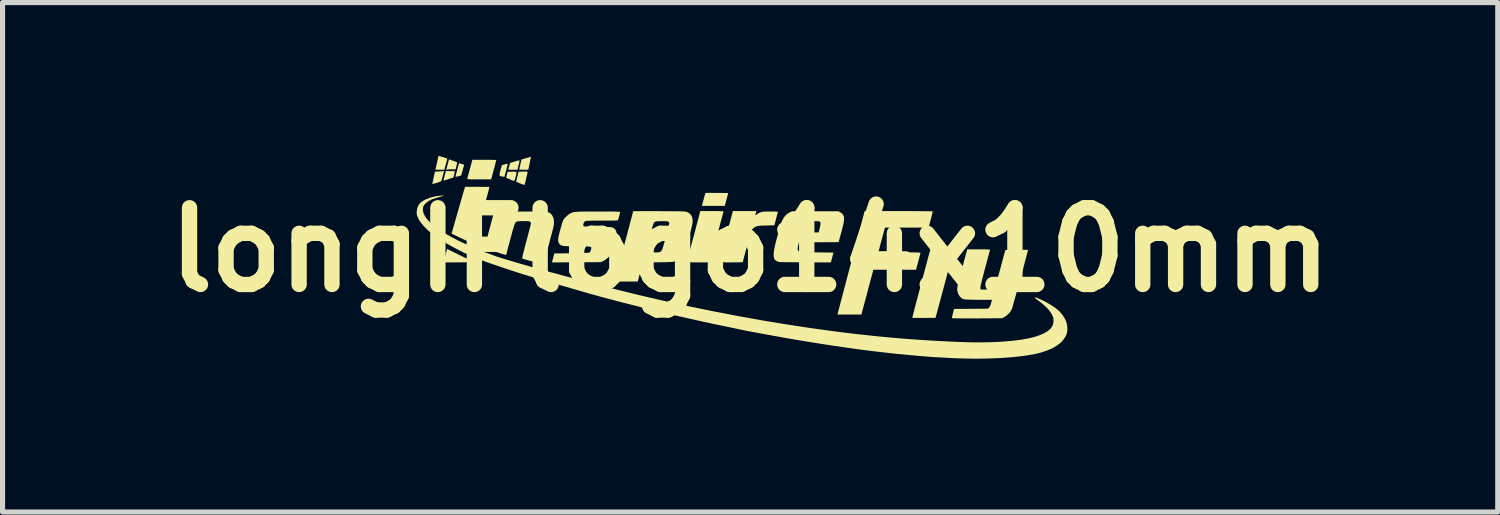
<source format=kicad_pcb>
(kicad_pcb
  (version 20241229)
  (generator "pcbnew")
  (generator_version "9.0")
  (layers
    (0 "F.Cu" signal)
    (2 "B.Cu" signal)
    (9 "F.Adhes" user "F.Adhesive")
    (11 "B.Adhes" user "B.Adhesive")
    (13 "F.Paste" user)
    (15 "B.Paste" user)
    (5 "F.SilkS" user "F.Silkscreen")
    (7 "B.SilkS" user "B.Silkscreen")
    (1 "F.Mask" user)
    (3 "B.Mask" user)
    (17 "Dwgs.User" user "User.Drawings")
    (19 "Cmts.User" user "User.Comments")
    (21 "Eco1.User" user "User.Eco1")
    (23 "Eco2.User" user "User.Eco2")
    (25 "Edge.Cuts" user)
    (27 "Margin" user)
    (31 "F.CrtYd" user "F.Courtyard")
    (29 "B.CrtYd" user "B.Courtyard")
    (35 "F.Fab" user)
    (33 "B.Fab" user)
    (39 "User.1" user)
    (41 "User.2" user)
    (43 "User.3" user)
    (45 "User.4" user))
  (footprint "longIFlogo14x10mm"
    (layer "F.Cu")
    (at 11.621 1.835)
    (property "Reference" "longIFlogo14x10mm" (at 0 0 0) (layer "F.SilkS") (effects (font (size 1.5 1.5) (thickness 0.3))))
    (attr board_only exclude_from_pos_files exclude_from_bom)
    (fp_poly (pts (xy -4.51 -1.74) (xy -4.514 -1.718) (xy -4.521 -1.686) (xy -4.529 -1.655) (xy -4.551 -1.565) (xy -4.641 -1.565) (xy -4.73 -1.565) (xy -4.724 -1.588) (xy -4.717 -1.618) (xy -4.708 -1.648) (xy -4.7 -1.675) (xy -4.694 -1.694) (xy -4.691 -1.701) (xy -4.682 -1.703) (xy -4.66 -1.709) (xy -4.629 -1.718) (xy -4.6 -1.727) (xy -4.565 -1.737) (xy -4.535 -1.745) (xy -4.516 -1.749) (xy -4.51 -1.749)) (stroke (width 0) (type solid)) (fill yes) (layer "F.SilkS"))
    (fp_poly (pts (xy -6.06 -1.827) (xy -6.032 -1.82) (xy -5.997 -1.809) (xy -5.973 -1.801) (xy -5.922 -1.783) (xy -5.951 -1.674) (xy -5.981 -1.565) (xy -6.069 -1.565) (xy -6.109 -1.565) (xy -6.134 -1.566) (xy -6.148 -1.568) (xy -6.154 -1.573) (xy -6.154 -1.579) (xy -6.154 -1.58) (xy -6.148 -1.601) (xy -6.14 -1.633) (xy -6.131 -1.673) (xy -6.122 -1.714) (xy -6.113 -1.753) (xy -6.106 -1.784) (xy -6.106 -1.787) (xy -6.096 -1.835)) (stroke (width 0) (type solid)) (fill yes) (layer "F.SilkS"))
    (fp_poly (pts (xy -0.703 -1.112) (xy -0.649 -1.112) (xy -0.428 -1.11) (xy -0.462 -0.984) (xy -0.496 -0.859) (xy -0.72 -0.859) (xy -0.945 -0.859) (xy -0.939 -0.878) (xy -0.934 -0.893) (xy -0.927 -0.921) (xy -0.917 -0.958) (xy -0.905 -0.999) (xy -0.905 -1.002) (xy -0.894 -1.042) (xy -0.884 -1.076) (xy -0.877 -1.099) (xy -0.873 -1.111) (xy -0.873 -1.111) (xy -0.864 -1.112) (xy -0.84 -1.112) (xy -0.804 -1.113) (xy -0.758 -1.113)) (stroke (width 0) (type solid)) (fill yes) (layer "F.SilkS"))
    (fp_poly (pts (xy -5.821 -1.539) (xy -5.796 -1.538) (xy -5.782 -1.536) (xy -5.776 -1.532) (xy -5.776 -1.525) (xy -5.777 -1.52) (xy -5.782 -1.501) (xy -5.788 -1.473) (xy -5.792 -1.457) (xy -5.802 -1.414) (xy -5.888 -1.386) (xy -5.924 -1.374) (xy -5.955 -1.364) (xy -5.977 -1.357) (xy -5.984 -1.354) (xy -5.994 -1.357) (xy -5.995 -1.361) (xy -5.993 -1.373) (xy -5.987 -1.398) (xy -5.979 -1.431) (xy -5.973 -1.456) (xy -5.95 -1.539) (xy -5.861 -1.539)) (stroke (width 0) (type solid)) (fill yes) (layer "F.SilkS"))
    (fp_poly (pts (xy -4.287 -1.81) (xy -4.289 -1.802) (xy -4.294 -1.782) (xy -4.3 -1.753) (xy -4.303 -1.735) (xy -4.31 -1.701) (xy -4.318 -1.661) (xy -4.326 -1.626) (xy -4.34 -1.565) (xy -4.428 -1.565) (xy -4.464 -1.565) (xy -4.493 -1.567) (xy -4.511 -1.569) (xy -4.516 -1.571) (xy -4.514 -1.581) (xy -4.509 -1.605) (xy -4.501 -1.637) (xy -4.493 -1.672) (xy -4.47 -1.767) (xy -4.393 -1.789) (xy -4.357 -1.799) (xy -4.326 -1.808) (xy -4.305 -1.814) (xy -4.299 -1.816) (xy -4.288 -1.819)) (stroke (width 0) (type solid)) (fill yes) (layer "F.SilkS"))
    (fp_poly (pts (xy -4.589 -1.526) (xy -4.574 -1.52) (xy -4.569 -1.508) (xy -4.571 -1.485) (xy -4.58 -1.45) (xy -4.587 -1.425) (xy -4.597 -1.387) (xy -4.606 -1.363) (xy -4.613 -1.35) (xy -4.622 -1.347) (xy -4.634 -1.35) (xy -4.634 -1.35) (xy -4.649 -1.356) (xy -4.673 -1.366) (xy -4.69 -1.374) (xy -4.718 -1.386) (xy -4.742 -1.395) (xy -4.751 -1.398) (xy -4.763 -1.403) (xy -4.768 -1.409) (xy -4.769 -1.422) (xy -4.764 -1.444) (xy -4.756 -1.474) (xy -4.742 -1.526) (xy -4.654 -1.527) (xy -4.615 -1.527)) (stroke (width 0) (type solid)) (fill yes) (layer "F.SilkS"))
    (fp_poly (pts (xy -4.74 -1.682) (xy -4.741 -1.673) (xy -4.746 -1.652) (xy -4.754 -1.621) (xy -4.763 -1.584) (xy -4.774 -1.545) (xy -4.784 -1.506) (xy -4.794 -1.471) (xy -4.801 -1.444) (xy -4.806 -1.429) (xy -4.807 -1.428) (xy -4.815 -1.426) (xy -4.826 -1.429) (xy -4.848 -1.435) (xy -4.864 -1.437) (xy -4.886 -1.439) (xy -4.898 -1.448) (xy -4.901 -1.467) (xy -4.898 -1.495) (xy -4.891 -1.528) (xy -4.881 -1.567) (xy -4.872 -1.598) (xy -4.854 -1.655) (xy -4.799 -1.67) (xy -4.77 -1.677) (xy -4.749 -1.681) (xy -4.74 -1.682)) (stroke (width 0) (type solid)) (fill yes) (layer "F.SilkS"))
    (fp_poly (pts (xy -5.881 -1.765) (xy -5.861 -1.759) (xy -5.834 -1.749) (xy -5.803 -1.738) (xy -5.773 -1.727) (xy -5.748 -1.718) (xy -5.732 -1.711) (xy -5.729 -1.709) (xy -5.73 -1.699) (xy -5.735 -1.678) (xy -5.742 -1.648) (xy -5.744 -1.639) (xy -5.76 -1.573) (xy -5.839 -1.573) (xy -5.875 -1.573) (xy -5.906 -1.571) (xy -5.927 -1.569) (xy -5.932 -1.567) (xy -5.943 -1.566) (xy -5.942 -1.575) (xy -5.938 -1.588) (xy -5.93 -1.614) (xy -5.921 -1.648) (xy -5.914 -1.676) (xy -5.904 -1.712) (xy -5.896 -1.742) (xy -5.891 -1.761) (xy -5.889 -1.766)) (stroke (width 0) (type solid)) (fill yes) (layer "F.SilkS"))
    (fp_poly (pts (xy -5.767 0.062) (xy -5.715 0.088) (xy -5.663 0.113) (xy -5.616 0.136) (xy -5.576 0.155) (xy -5.548 0.168) (xy -5.546 0.168) (xy -5.513 0.184) (xy -5.494 0.197) (xy -5.486 0.21) (xy -5.487 0.226) (xy -5.49 0.233) (xy -5.493 0.237) (xy -5.5 0.24) (xy -5.513 0.242) (xy -5.534 0.244) (xy -5.564 0.245) (xy -5.606 0.246) (xy -5.66 0.246) (xy -5.73 0.247) (xy -5.748 0.247) (xy -6.001 0.247) (xy -5.972 0.147) (xy -5.96 0.105) (xy -5.949 0.065) (xy -5.94 0.034) (xy -5.935 0.015) (xy -5.926 -0.016)) (stroke (width 0) (type solid)) (fill yes) (layer "F.SilkS"))
    (fp_poly (pts (xy -4.382 -1.529) (xy -4.362 -1.528) (xy -4.358 -1.527) (xy -4.353 -1.521) (xy -4.354 -1.505) (xy -4.36 -1.478) (xy -4.367 -1.449) (xy -4.377 -1.41) (xy -4.386 -1.368) (xy -4.39 -1.35) (xy -4.399 -1.315) (xy -4.407 -1.287) (xy -4.414 -1.271) (xy -4.417 -1.267) (xy -4.429 -1.27) (xy -4.452 -1.279) (xy -4.482 -1.29) (xy -4.497 -1.297) (xy -4.529 -1.31) (xy -4.555 -1.321) (xy -4.57 -1.329) (xy -4.573 -1.33) (xy -4.573 -1.34) (xy -4.569 -1.362) (xy -4.562 -1.394) (xy -4.553 -1.431) (xy -4.528 -1.526) (xy -4.448 -1.529) (xy -4.412 -1.53)) (stroke (width 0) (type solid)) (fill yes) (layer "F.SilkS"))
    (fp_poly (pts (xy -6.005 -1.473) (xy -6.017 -1.424) (xy -6.026 -1.389) (xy -6.034 -1.365) (xy -6.04 -1.35) (xy -6.047 -1.341) (xy -6.055 -1.335) (xy -6.066 -1.331) (xy -6.07 -1.329) (xy -6.098 -1.319) (xy -6.131 -1.308) (xy -6.144 -1.305) (xy -6.171 -1.297) (xy -6.194 -1.291) (xy -6.201 -1.288) (xy -6.213 -1.285) (xy -6.216 -1.285) (xy -6.214 -1.294) (xy -6.21 -1.316) (xy -6.203 -1.347) (xy -6.199 -1.369) (xy -6.19 -1.409) (xy -6.182 -1.448) (xy -6.175 -1.478) (xy -6.173 -1.487) (xy -6.168 -1.51) (xy -6.164 -1.524) (xy -6.163 -1.527) (xy -6.154 -1.528) (xy -6.132 -1.53) (xy -6.1 -1.532) (xy -6.075 -1.533) (xy -5.988 -1.538)) (stroke (width 0) (type solid)) (fill yes) (layer "F.SilkS"))
    (fp_poly (pts (xy -5.684 -1.69) (xy -5.665 -1.686) (xy -5.641 -1.679) (xy -5.618 -1.671) (xy -5.601 -1.665) (xy -5.595 -1.662) (xy -5.597 -1.65) (xy -5.603 -1.626) (xy -5.611 -1.595) (xy -5.621 -1.559) (xy -5.631 -1.523) (xy -5.641 -1.491) (xy -5.648 -1.467) (xy -5.653 -1.454) (xy -5.653 -1.453) (xy -5.664 -1.449) (xy -5.685 -1.443) (xy -5.712 -1.436) (xy -5.737 -1.431) (xy -5.756 -1.429) (xy -5.758 -1.429) (xy -5.764 -1.435) (xy -5.762 -1.441) (xy -5.758 -1.454) (xy -5.751 -1.479) (xy -5.741 -1.515) (xy -5.73 -1.556) (xy -5.726 -1.571) (xy -5.715 -1.613) (xy -5.705 -1.649) (xy -5.697 -1.675) (xy -5.693 -1.689) (xy -5.693 -1.691)) (stroke (width 0) (type solid)) (fill yes) (layer "F.SilkS"))
    (fp_poly (pts (xy -5.139 -1.76) (xy -5.083 -1.759) (xy -5.036 -1.758) (xy -5 -1.757) (xy -4.975 -1.756) (xy -4.966 -1.754) (xy -4.966 -1.754) (xy -4.968 -1.744) (xy -4.974 -1.72) (xy -4.983 -1.685) (xy -4.994 -1.641) (xy -5.008 -1.589) (xy -5.015 -1.563) (xy -5.064 -1.378) (xy -5.3 -1.378) (xy -5.37 -1.378) (xy -5.424 -1.378) (xy -5.465 -1.378) (xy -5.495 -1.379) (xy -5.515 -1.381) (xy -5.526 -1.383) (xy -5.532 -1.386) (xy -5.533 -1.39) (xy -5.532 -1.392) (xy -5.528 -1.407) (xy -5.521 -1.435) (xy -5.51 -1.472) (xy -5.498 -1.516) (xy -5.486 -1.563) (xy -5.473 -1.61) (xy -5.461 -1.653) (xy -5.451 -1.69) (xy -5.444 -1.716) (xy -5.442 -1.724) (xy -5.433 -1.76) (xy -5.2 -1.76)) (stroke (width 0) (type solid)) (fill yes) (layer "F.SilkS"))
    (fp_poly (pts (xy -0.674 -0.757) (xy -0.619 -0.756) (xy -0.578 -0.755) (xy -0.549 -0.754) (xy -0.53 -0.752) (xy -0.522 -0.749) (xy -0.521 -0.746) (xy -0.523 -0.736) (xy -0.53 -0.711) (xy -0.541 -0.673) (xy -0.554 -0.623) (xy -0.571 -0.561) (xy -0.589 -0.491) (xy -0.61 -0.414) (xy -0.633 -0.33) (xy -0.655 -0.245) (xy -0.787 0.246) (xy -1.015 0.247) (xy -1.086 0.246) (xy -1.141 0.246) (xy -1.182 0.245) (xy -1.211 0.244) (xy -1.229 0.241) (xy -1.238 0.239) (xy -1.239 0.236) (xy -1.236 0.226) (xy -1.229 0.201) (xy -1.219 0.163) (xy -1.205 0.112) (xy -1.189 0.051) (xy -1.17 -0.019) (xy -1.149 -0.097) (xy -1.127 -0.181) (xy -1.104 -0.266) (xy -0.974 -0.757) (xy -0.745 -0.757)) (stroke (width 0) (type solid)) (fill yes) (layer "F.SilkS"))
    (fp_poly (pts (xy -5.404 -1.232) (xy -5.343 -1.231) (xy -5.335 -1.231) (xy -5.097 -1.229) (xy -5.246 -0.674) (xy -5.277 -0.56) (xy -5.303 -0.461) (xy -5.326 -0.377) (xy -5.346 -0.307) (xy -5.362 -0.25) (xy -5.376 -0.204) (xy -5.387 -0.169) (xy -5.395 -0.144) (xy -5.401 -0.128) (xy -5.406 -0.121) (xy -5.408 -0.12) (xy -5.421 -0.123) (xy -5.445 -0.132) (xy -5.477 -0.145) (xy -5.498 -0.154) (xy -5.532 -0.17) (xy -5.578 -0.191) (xy -5.629 -0.215) (xy -5.681 -0.24) (xy -5.707 -0.252) (xy -5.839 -0.316) (xy -5.709 -0.772) (xy -5.685 -0.856) (xy -5.662 -0.936) (xy -5.641 -1.009) (xy -5.622 -1.074) (xy -5.606 -1.13) (xy -5.592 -1.175) (xy -5.583 -1.208) (xy -5.577 -1.226) (xy -5.576 -1.23) (xy -5.567 -1.231) (xy -5.543 -1.231) (xy -5.506 -1.232) (xy -5.459 -1.232)) (stroke (width 0) (type solid)) (fill yes) (layer "F.SilkS"))
    (fp_poly (pts (xy 3.82 -0.025) (xy 3.874 -0.025) (xy 3.92 -0.024) (xy 3.956 -0.022) (xy 3.979 -0.021) (xy 3.988 -0.019) (xy 3.988 -0.019) (xy 3.985 -0.01) (xy 3.979 0.014) (xy 3.969 0.052) (xy 3.956 0.103) (xy 3.939 0.166) (xy 3.92 0.238) (xy 3.898 0.32) (xy 3.874 0.409) (xy 3.848 0.505) (xy 3.821 0.607) (xy 3.807 0.659) (xy 3.626 1.331) (xy 3.399 1.333) (xy 3.324 1.334) (xy 3.266 1.333) (xy 3.222 1.333) (xy 3.193 1.331) (xy 3.176 1.329) (xy 3.172 1.326) (xy 3.174 1.317) (xy 3.18 1.293) (xy 3.19 1.256) (xy 3.203 1.206) (xy 3.218 1.146) (xy 3.236 1.078) (xy 3.256 1.002) (xy 3.278 0.92) (xy 3.301 0.833) (xy 3.324 0.744) (xy 3.349 0.653) (xy 3.373 0.562) (xy 3.396 0.473) (xy 3.419 0.387) (xy 3.441 0.305) (xy 3.461 0.229) (xy 3.479 0.161) (xy 3.495 0.103) (xy 3.508 0.054) (xy 3.518 0.018) (xy 3.524 -0.005) (xy 3.526 -0.011) (xy 3.528 -0.015) (xy 3.534 -0.019) (xy 3.545 -0.021) (xy 3.562 -0.023) (xy 3.589 -0.024) (xy 3.627 -0.025) (xy 3.677 -0.025) (xy 3.742 -0.026) (xy 3.759 -0.026)) (stroke (width 0) (type solid)) (fill yes) (layer "F.SilkS"))
    (fp_poly (pts (xy 0.115 -0.733) (xy 0.107 -0.7) (xy 0.103 -0.682) (xy 0.106 -0.676) (xy 0.116 -0.68) (xy 0.134 -0.693) (xy 0.139 -0.697) (xy 0.165 -0.714) (xy 0.189 -0.727) (xy 0.212 -0.736) (xy 0.238 -0.742) (xy 0.27 -0.746) (xy 0.312 -0.748) (xy 0.367 -0.748) (xy 0.391 -0.748) (xy 0.446 -0.748) (xy 0.486 -0.748) (xy 0.513 -0.747) (xy 0.53 -0.745) (xy 0.539 -0.742) (xy 0.542 -0.738) (xy 0.541 -0.733) (xy 0.537 -0.72) (xy 0.53 -0.694) (xy 0.521 -0.658) (xy 0.51 -0.615) (xy 0.505 -0.598) (xy 0.474 -0.478) (xy 0.316 -0.475) (xy 0.259 -0.474) (xy 0.217 -0.472) (xy 0.186 -0.47) (xy 0.162 -0.467) (xy 0.144 -0.463) (xy 0.127 -0.457) (xy 0.11 -0.45) (xy 0.09 -0.44) (xy 0.074 -0.43) (xy 0.059 -0.419) (xy 0.046 -0.404) (xy 0.034 -0.384) (xy 0.022 -0.357) (xy 0.01 -0.323) (xy -0.004 -0.278) (xy -0.021 -0.221) (xy -0.04 -0.152) (xy -0.062 -0.068) (xy -0.063 -0.065) (xy -0.081 0.004) (xy -0.098 0.067) (xy -0.114 0.124) (xy -0.126 0.172) (xy -0.136 0.209) (xy -0.142 0.233) (xy -0.145 0.243) (xy -0.145 0.243) (xy -0.153 0.244) (xy -0.176 0.245) (xy -0.211 0.245) (xy -0.257 0.246) (xy -0.312 0.246) (xy -0.372 0.247) (xy -0.375 0.247) (xy -0.444 0.247) (xy -0.497 0.246) (xy -0.537 0.246) (xy -0.566 0.245) (xy -0.585 0.243) (xy -0.596 0.241) (xy -0.601 0.238) (xy -0.602 0.234) (xy -0.602 0.232) (xy -0.599 0.221) (xy -0.592 0.195) (xy -0.582 0.156) (xy -0.568 0.105) (xy -0.551 0.044) (xy -0.532 -0.027) (xy -0.512 -0.105) (xy -0.489 -0.189) (xy -0.467 -0.27) (xy -0.337 -0.757) (xy -0.108 -0.757) (xy 0.121 -0.757)) (stroke (width 0) (type solid)) (fill yes) (layer "F.SilkS"))
    (fp_poly (pts (xy 3.011 -0.757) (xy 3.11 -0.757) (xy 3.204 -0.756) (xy 3.289 -0.756) (xy 3.366 -0.755) (xy 3.433 -0.754) (xy 3.488 -0.754) (xy 3.53 -0.753) (xy 3.558 -0.752) (xy 3.571 -0.751) (xy 3.572 -0.75) (xy 3.57 -0.741) (xy 3.564 -0.717) (xy 3.555 -0.682) (xy 3.544 -0.639) (xy 3.532 -0.59) (xy 3.531 -0.589) (xy 3.491 -0.434) (xy 3.064 -0.434) (xy 2.637 -0.434) (xy 2.627 -0.398) (xy 2.622 -0.379) (xy 2.614 -0.347) (xy 2.602 -0.304) (xy 2.588 -0.254) (xy 2.573 -0.197) (xy 2.563 -0.16) (xy 2.548 -0.104) (xy 2.535 -0.054) (xy 2.523 -0.011) (xy 2.515 0.021) (xy 2.51 0.041) (xy 2.509 0.046) (xy 2.517 0.047) (xy 2.54 0.048) (xy 2.578 0.049) (xy 2.627 0.05) (xy 2.687 0.05) (xy 2.756 0.051) (xy 2.832 0.051) (xy 2.913 0.051) (xy 2.922 0.051) (xy 3.017 0.051) (xy 3.095 0.051) (xy 3.16 0.051) (xy 3.212 0.052) (xy 3.253 0.053) (xy 3.283 0.054) (xy 3.304 0.055) (xy 3.319 0.057) (xy 3.327 0.059) (xy 3.331 0.061) (xy 3.332 0.065) (xy 3.331 0.066) (xy 3.328 0.079) (xy 3.321 0.105) (xy 3.311 0.142) (xy 3.3 0.187) (xy 3.286 0.236) (xy 3.245 0.391) (xy 2.828 0.391) (xy 2.41 0.391) (xy 2.3 0.801) (xy 2.279 0.883) (xy 2.258 0.96) (xy 2.239 1.031) (xy 2.222 1.095) (xy 2.208 1.149) (xy 2.196 1.192) (xy 2.188 1.223) (xy 2.184 1.238) (xy 2.184 1.239) (xy 2.176 1.267) (xy 1.942 1.267) (xy 1.707 1.267) (xy 1.712 1.248) (xy 1.715 1.237) (xy 1.722 1.211) (xy 1.732 1.171) (xy 1.747 1.117) (xy 1.764 1.051) (xy 1.784 0.974) (xy 1.807 0.886) (xy 1.833 0.79) (xy 1.861 0.684) (xy 1.89 0.572) (xy 1.921 0.454) (xy 1.954 0.33) (xy 1.979 0.236) (xy 2.24 -0.757) (xy 2.906 -0.757)) (stroke (width 0) (type solid)) (fill yes) (layer "F.SilkS"))
    (fp_poly (pts (xy 1.768 -0.731) (xy 1.802 -0.705) (xy 1.822 -0.677) (xy 1.832 -0.656) (xy 1.837 -0.631) (xy 1.838 -0.603) (xy 1.835 -0.567) (xy 1.828 -0.523) (xy 1.816 -0.469) (xy 1.799 -0.401) (xy 1.784 -0.344) (xy 1.73 -0.149) (xy 1.342 -0.147) (xy 0.954 -0.144) (xy 0.941 -0.09) (xy 0.932 -0.051) (xy 0.928 -0.024) (xy 0.93 -0.005) (xy 0.938 0.011) (xy 0.947 0.023) (xy 0.968 0.047) (xy 1.299 0.051) (xy 1.63 0.055) (xy 1.605 0.151) (xy 1.58 0.247) (xy 1.09 0.246) (xy 0.999 0.245) (xy 0.913 0.245) (xy 0.832 0.244) (xy 0.76 0.243) (xy 0.697 0.243) (xy 0.644 0.242) (xy 0.604 0.241) (xy 0.579 0.239) (xy 0.57 0.239) (xy 0.534 0.229) (xy 0.505 0.214) (xy 0.483 0.194) (xy 0.469 0.166) (xy 0.461 0.131) (xy 0.46 0.085) (xy 0.465 0.029) (xy 0.477 -0.039) (xy 0.495 -0.121) (xy 0.52 -0.217) (xy 0.522 -0.225) (xy 0.539 -0.286) (xy 0.555 -0.345) (xy 0.556 -0.35) (xy 1.015 -0.35) (xy 1.018 -0.346) (xy 1.028 -0.343) (xy 1.046 -0.342) (xy 1.075 -0.341) (xy 1.116 -0.34) (xy 1.172 -0.34) (xy 1.175 -0.34) (xy 1.34 -0.34) (xy 1.362 -0.427) (xy 1.372 -0.473) (xy 1.377 -0.506) (xy 1.376 -0.529) (xy 1.369 -0.544) (xy 1.357 -0.555) (xy 1.346 -0.557) (xy 1.32 -0.559) (xy 1.285 -0.56) (xy 1.243 -0.561) (xy 1.235 -0.561) (xy 1.177 -0.561) (xy 1.134 -0.557) (xy 1.102 -0.55) (xy 1.079 -0.536) (xy 1.063 -0.515) (xy 1.05 -0.483) (xy 1.037 -0.44) (xy 1.034 -0.425) (xy 1.026 -0.394) (xy 1.019 -0.369) (xy 1.015 -0.355) (xy 1.015 -0.35) (xy 0.556 -0.35) (xy 0.569 -0.398) (xy 0.582 -0.443) (xy 0.592 -0.477) (xy 0.597 -0.493) (xy 0.626 -0.57) (xy 0.659 -0.631) (xy 0.698 -0.679) (xy 0.745 -0.715) (xy 0.773 -0.73) (xy 0.821 -0.753) (xy 1.276 -0.753) (xy 1.73 -0.753)) (stroke (width 0) (type solid)) (fill yes) (layer "F.SilkS"))
    (fp_poly (pts (xy -4.388 -0.748) (xy -4.294 -0.748) (xy -4.213 -0.748) (xy -4.146 -0.747) (xy -4.091 -0.746) (xy -4.045 -0.745) (xy -4.009 -0.743) (xy -3.981 -0.74) (xy -3.958 -0.736) (xy -3.941 -0.731) (xy -3.927 -0.726) (xy -3.916 -0.719) (xy -3.906 -0.711) (xy -3.896 -0.702) (xy -3.866 -0.665) (xy -3.846 -0.616) (xy -3.837 -0.559) (xy -3.838 -0.495) (xy -3.845 -0.457) (xy -3.849 -0.44) (xy -3.856 -0.409) (xy -3.867 -0.366) (xy -3.881 -0.314) (xy -3.897 -0.254) (xy -3.914 -0.19) (xy -3.931 -0.123) (xy -3.949 -0.056) (xy -3.966 0.009) (xy -3.982 0.069) (xy -3.997 0.123) (xy -4.009 0.167) (xy -4.018 0.199) (xy -4.018 0.202) (xy -4.031 0.247) (xy -4.114 0.246) (xy -4.15 0.245) (xy -4.18 0.244) (xy -4.2 0.243) (xy -4.205 0.242) (xy -4.216 0.239) (xy -4.24 0.233) (xy -4.274 0.223) (xy -4.316 0.212) (xy -4.333 0.208) (xy -4.375 0.196) (xy -4.412 0.186) (xy -4.44 0.177) (xy -4.456 0.172) (xy -4.458 0.17) (xy -4.458 0.161) (xy -4.453 0.137) (xy -4.445 0.1) (xy -4.433 0.052) (xy -4.419 -0.005) (xy -4.402 -0.07) (xy -4.383 -0.141) (xy -4.375 -0.171) (xy -4.356 -0.244) (xy -4.338 -0.312) (xy -4.322 -0.374) (xy -4.308 -0.427) (xy -4.297 -0.47) (xy -4.29 -0.501) (xy -4.286 -0.518) (xy -4.286 -0.52) (xy -4.292 -0.536) (xy -4.307 -0.549) (xy -4.318 -0.554) (xy -4.334 -0.558) (xy -4.358 -0.56) (xy -4.392 -0.561) (xy -4.441 -0.56) (xy -4.447 -0.56) (xy -4.494 -0.559) (xy -4.528 -0.557) (xy -4.55 -0.555) (xy -4.566 -0.551) (xy -4.576 -0.545) (xy -4.585 -0.538) (xy -4.587 -0.536) (xy -4.593 -0.527) (xy -4.6 -0.512) (xy -4.609 -0.49) (xy -4.619 -0.46) (xy -4.632 -0.419) (xy -4.647 -0.366) (xy -4.665 -0.299) (xy -4.687 -0.218) (xy -4.689 -0.211) (xy -4.707 -0.142) (xy -4.725 -0.078) (xy -4.74 -0.022) (xy -4.752 0.026) (xy -4.762 0.063) (xy -4.768 0.087) (xy -4.77 0.097) (xy -4.77 0.097) (xy -4.778 0.099) (xy -4.794 0.097) (xy -4.812 0.092) (xy -4.841 0.083) (xy -4.88 0.071) (xy -4.925 0.056) (xy -4.974 0.041) (xy -5.024 0.024) (xy -5.071 0.008) (xy -5.114 -0.006) (xy -5.15 -0.018) (xy -5.176 -0.027) (xy -5.188 -0.033) (xy -5.189 -0.033) (xy -5.188 -0.042) (xy -5.184 -0.066) (xy -5.175 -0.103) (xy -5.163 -0.151) (xy -5.149 -0.209) (xy -5.132 -0.274) (xy -5.114 -0.346) (xy -5.102 -0.389) (xy -5.082 -0.463) (xy -5.064 -0.533) (xy -5.047 -0.595) (xy -5.033 -0.648) (xy -5.022 -0.692) (xy -5.014 -0.723) (xy -5.009 -0.741) (xy -5.009 -0.744) (xy -5 -0.745) (xy -4.977 -0.745) (xy -4.939 -0.746) (xy -4.888 -0.747) (xy -4.827 -0.747) (xy -4.755 -0.748) (xy -4.676 -0.748) (xy -4.59 -0.748) (xy -4.499 -0.748)) (stroke (width 0) (type solid)) (fill yes) (layer "F.SilkS"))
    (fp_poly (pts (xy 4.538 -0.008) (xy 4.591 -0.008) (xy 4.63 -0.008) (xy 4.658 -0.006) (xy 4.676 -0.005) (xy 4.686 -0.002) (xy 4.691 0.001) (xy 4.691 0.005) (xy 4.691 0.006) (xy 4.688 0.018) (xy 4.681 0.043) (xy 4.67 0.082) (xy 4.657 0.132) (xy 4.641 0.191) (xy 4.623 0.258) (xy 4.603 0.331) (xy 4.591 0.377) (xy 4.567 0.467) (xy 4.548 0.542) (xy 4.532 0.603) (xy 4.52 0.652) (xy 4.511 0.69) (xy 4.506 0.718) (xy 4.503 0.737) (xy 4.503 0.75) (xy 4.504 0.756) (xy 4.512 0.778) (xy 4.638 0.778) (xy 4.687 0.778) (xy 4.721 0.777) (xy 4.745 0.776) (xy 4.76 0.773) (xy 4.769 0.769) (xy 4.776 0.762) (xy 4.78 0.757) (xy 4.785 0.744) (xy 4.795 0.717) (xy 4.807 0.677) (xy 4.822 0.626) (xy 4.839 0.566) (xy 4.858 0.498) (xy 4.878 0.425) (xy 4.89 0.383) (xy 4.91 0.308) (xy 4.928 0.237) (xy 4.946 0.174) (xy 4.96 0.118) (xy 4.973 0.073) (xy 4.982 0.039) (xy 4.987 0.019) (xy 4.988 0.015) (xy 4.991 0.01) (xy 4.996 0.007) (xy 5.007 0.004) (xy 5.025 0.002) (xy 5.053 0.001) (xy 5.091 0.000434) (xy 5.142 0.000093) (xy 5.208 0.000001) (xy 5.214 0) (xy 5.436 0) (xy 5.43 0.023) (xy 5.42 0.063) (xy 5.407 0.115) (xy 5.391 0.176) (xy 5.372 0.246) (xy 5.352 0.323) (xy 5.33 0.404) (xy 5.307 0.489) (xy 5.283 0.575) (xy 5.259 0.662) (xy 5.236 0.747) (xy 5.213 0.829) (xy 5.192 0.905) (xy 5.172 0.975) (xy 5.154 1.037) (xy 5.14 1.089) (xy 5.128 1.13) (xy 5.119 1.157) (xy 5.115 1.169) (xy 5.084 1.218) (xy 5.042 1.264) (xy 4.995 1.302) (xy 4.972 1.316) (xy 4.928 1.339) (xy 4.437 1.342) (xy 4.326 1.342) (xy 4.231 1.342) (xy 4.151 1.342) (xy 4.086 1.342) (xy 4.034 1.341) (xy 3.995 1.34) (xy 3.968 1.339) (xy 3.952 1.337) (xy 3.946 1.335) (xy 3.946 1.334) (xy 3.947 1.323) (xy 3.953 1.298) (xy 3.962 1.26) (xy 3.976 1.207) (xy 3.98 1.189) (xy 3.989 1.157) (xy 4.319 1.155) (xy 4.65 1.152) (xy 4.672 1.131) (xy 4.687 1.112) (xy 4.701 1.083) (xy 4.714 1.041) (xy 4.724 1.001) (xy 4.73 0.978) (xy 4.472 0.978) (xy 4.397 0.978) (xy 4.33 0.977) (xy 4.273 0.975) (xy 4.228 0.973) (xy 4.196 0.971) (xy 4.181 0.969) (xy 4.137 0.948) (xy 4.1 0.913) (xy 4.072 0.867) (xy 4.055 0.811) (xy 4.051 0.785) (xy 4.05 0.775) (xy 4.05 0.765) (xy 4.05 0.755) (xy 4.051 0.742) (xy 4.054 0.726) (xy 4.058 0.705) (xy 4.064 0.678) (xy 4.072 0.644) (xy 4.083 0.603) (xy 4.096 0.551) (xy 4.112 0.489) (xy 4.132 0.414) (xy 4.156 0.327) (xy 4.183 0.225) (xy 4.201 0.159) (xy 4.246 -0.009) (xy 4.471 -0.009)) (stroke (width 0) (type solid)) (fill yes) (layer "F.SilkS"))
    (fp_poly (pts (xy -2.874 -0.748) (xy -2.79 -0.748) (xy -2.72 -0.748) (xy -2.664 -0.747) (xy -2.62 -0.746) (xy -2.587 -0.745) (xy -2.564 -0.743) (xy -2.55 -0.741) (xy -2.543 -0.739) (xy -2.543 -0.738) (xy -2.545 -0.725) (xy -2.55 -0.701) (xy -2.558 -0.669) (xy -2.568 -0.633) (xy -2.578 -0.599) (xy -2.582 -0.585) (xy -2.584 -0.581) (xy -2.589 -0.578) (xy -2.598 -0.575) (xy -2.614 -0.573) (xy -2.637 -0.572) (xy -2.669 -0.571) (xy -2.712 -0.57) (xy -2.768 -0.57) (xy -2.839 -0.57) (xy -2.899 -0.57) (xy -2.98 -0.57) (xy -3.046 -0.57) (xy -3.099 -0.569) (xy -3.14 -0.568) (xy -3.17 -0.567) (xy -3.193 -0.566) (xy -3.208 -0.564) (xy -3.219 -0.561) (xy -3.227 -0.557) (xy -3.233 -0.553) (xy -3.234 -0.552) (xy -3.251 -0.532) (xy -3.262 -0.506) (xy -3.263 -0.48) (xy -3.257 -0.464) (xy -3.252 -0.46) (xy -3.24 -0.457) (xy -3.222 -0.455) (xy -3.194 -0.453) (xy -3.155 -0.452) (xy -3.105 -0.451) (xy -3.04 -0.45) (xy -2.978 -0.449) (xy -2.902 -0.448) (xy -2.842 -0.447) (xy -2.795 -0.446) (xy -2.759 -0.445) (xy -2.733 -0.443) (xy -2.713 -0.441) (xy -2.699 -0.438) (xy -2.689 -0.434) (xy -2.68 -0.43) (xy -2.679 -0.429) (xy -2.652 -0.411) (xy -2.633 -0.39) (xy -2.62 -0.365) (xy -2.614 -0.334) (xy -2.615 -0.295) (xy -2.622 -0.245) (xy -2.635 -0.183) (xy -2.648 -0.132) (xy -2.662 -0.08) (xy -2.676 -0.03) (xy -2.69 0.013) (xy -2.701 0.047) (xy -2.709 0.065) (xy -2.735 0.107) (xy -2.774 0.149) (xy -2.818 0.187) (xy -2.865 0.216) (xy -2.872 0.219) (xy -2.921 0.242) (xy -3.399 0.245) (xy -3.876 0.247) (xy -3.853 0.16) (xy -3.829 0.072) (xy -3.494 0.068) (xy -3.401 0.067) (xy -3.323 0.065) (xy -3.261 0.063) (xy -3.213 0.062) (xy -3.177 0.059) (xy -3.154 0.057) (xy -3.142 0.054) (xy -3.141 0.053) (xy -3.125 0.035) (xy -3.113 0.002) (xy -3.112 -0.001) (xy -3.108 -0.019) (xy -3.106 -0.033) (xy -3.107 -0.045) (xy -3.114 -0.053) (xy -3.128 -0.059) (xy -3.15 -0.063) (xy -3.182 -0.066) (xy -3.226 -0.067) (xy -3.283 -0.068) (xy -3.354 -0.068) (xy -3.39 -0.068) (xy -3.471 -0.068) (xy -3.537 -0.069) (xy -3.589 -0.07) (xy -3.63 -0.073) (xy -3.662 -0.077) (xy -3.685 -0.083) (xy -3.703 -0.09) (xy -3.716 -0.1) (xy -3.728 -0.112) (xy -3.733 -0.119) (xy -3.745 -0.138) (xy -3.752 -0.159) (xy -3.755 -0.183) (xy -3.754 -0.213) (xy -3.748 -0.252) (xy -3.737 -0.301) (xy -3.721 -0.364) (xy -3.716 -0.383) (xy -3.701 -0.435) (xy -3.687 -0.484) (xy -3.675 -0.526) (xy -3.664 -0.558) (xy -3.657 -0.577) (xy -3.656 -0.578) (xy -3.638 -0.605) (xy -3.61 -0.636) (xy -3.577 -0.667) (xy -3.544 -0.694) (xy -3.529 -0.704) (xy -3.512 -0.713) (xy -3.496 -0.721) (xy -3.479 -0.728) (xy -3.459 -0.734) (xy -3.436 -0.738) (xy -3.407 -0.741) (xy -3.371 -0.744) (xy -3.326 -0.746) (xy -3.271 -0.747) (xy -3.205 -0.748) (xy -3.126 -0.748) (xy -3.032 -0.748) (xy -2.975 -0.748)) (stroke (width 0) (type solid)) (fill yes) (layer "F.SilkS"))
    (fp_poly (pts (xy -1.955 -0.756) (xy -1.868 -0.756) (xy -1.777 -0.755) (xy -1.775 -0.755) (xy -1.669 -0.755) (xy -1.578 -0.754) (xy -1.502 -0.753) (xy -1.439 -0.753) (xy -1.387 -0.752) (xy -1.345 -0.751) (xy -1.313 -0.75) (xy -1.287 -0.748) (xy -1.268 -0.747) (xy -1.254 -0.744) (xy -1.242 -0.742) (xy -1.233 -0.739) (xy -1.225 -0.735) (xy -1.224 -0.735) (xy -1.179 -0.706) (xy -1.147 -0.667) (xy -1.129 -0.618) (xy -1.124 -0.559) (xy -1.125 -0.536) (xy -1.129 -0.514) (xy -1.136 -0.478) (xy -1.147 -0.431) (xy -1.16 -0.377) (xy -1.175 -0.317) (xy -1.191 -0.254) (xy -1.207 -0.192) (xy -1.223 -0.133) (xy -1.238 -0.08) (xy -1.252 -0.036) (xy -1.262 -0.002) (xy -1.266 0.008) (xy -1.292 0.062) (xy -1.328 0.115) (xy -1.368 0.16) (xy -1.39 0.179) (xy -1.411 0.195) (xy -1.43 0.208) (xy -1.449 0.218) (xy -1.47 0.226) (xy -1.494 0.232) (xy -1.524 0.237) (xy -1.561 0.24) (xy -1.609 0.242) (xy -1.668 0.243) (xy -1.74 0.244) (xy -1.804 0.245) (xy -2.099 0.248) (xy -2.115 0.309) (xy -2.124 0.34) (xy -2.135 0.382) (xy -2.148 0.431) (xy -2.161 0.481) (xy -2.165 0.495) (xy -2.198 0.621) (xy -2.425 0.621) (xy -2.652 0.621) (xy -2.644 0.593) (xy -2.631 0.543) (xy -2.615 0.482) (xy -2.596 0.412) (xy -2.575 0.334) (xy -2.553 0.251) (xy -2.53 0.163) (xy -2.505 0.071) (xy -2.489 0.008) (xy -2.032 0.008) (xy -2.03 0.024) (xy -2.023 0.035) (xy -2.008 0.043) (xy -1.983 0.048) (xy -1.946 0.05) (xy -1.894 0.051) (xy -1.887 0.051) (xy -1.84 0.051) (xy -1.807 0.05) (xy -1.784 0.049) (xy -1.769 0.045) (xy -1.758 0.04) (xy -1.747 0.032) (xy -1.743 0.028) (xy -1.735 0.02) (xy -1.728 0.01) (xy -1.721 -0.004) (xy -1.713 -0.023) (xy -1.704 -0.051) (xy -1.693 -0.088) (xy -1.68 -0.136) (xy -1.663 -0.198) (xy -1.649 -0.249) (xy -1.633 -0.313) (xy -1.617 -0.372) (xy -1.604 -0.424) (xy -1.593 -0.466) (xy -1.586 -0.498) (xy -1.582 -0.516) (xy -1.582 -0.519) (xy -1.585 -0.535) (xy -1.597 -0.547) (xy -1.618 -0.555) (xy -1.651 -0.559) (xy -1.698 -0.56) (xy -1.738 -0.56) (xy -1.785 -0.558) (xy -1.818 -0.557) (xy -1.84 -0.554) (xy -1.854 -0.55) (xy -1.865 -0.545) (xy -1.874 -0.536) (xy -1.875 -0.536) (xy -1.882 -0.526) (xy -1.889 -0.512) (xy -1.898 -0.489) (xy -1.908 -0.458) (xy -1.921 -0.415) (xy -1.937 -0.361) (xy -1.956 -0.292) (xy -1.964 -0.261) (xy -1.981 -0.198) (xy -1.996 -0.139) (xy -2.01 -0.087) (xy -2.021 -0.044) (xy -2.028 -0.013) (xy -2.032 0.005) (xy -2.032 0.008) (xy -2.489 0.008) (xy -2.481 -0.022) (xy -2.456 -0.116) (xy -2.431 -0.208) (xy -2.407 -0.298) (xy -2.385 -0.384) (xy -2.363 -0.464) (xy -2.344 -0.538) (xy -2.327 -0.603) (xy -2.312 -0.658) (xy -2.301 -0.702) (xy -2.293 -0.733) (xy -2.288 -0.75) (xy -2.287 -0.753) (xy -2.279 -0.754) (xy -2.255 -0.755) (xy -2.218 -0.755) (xy -2.167 -0.755) (xy -2.105 -0.756) (xy -2.034 -0.756)) (stroke (width 0) (type solid)) (fill yes) (layer "F.SilkS"))
    (fp_poly (pts (xy -5.989 -1.059) (xy -5.991 -1.057) (xy -6.064 -1.036) (xy -6.124 -1.018) (xy -6.172 -1.003) (xy -6.21 -0.99) (xy -6.24 -0.978) (xy -6.265 -0.966) (xy -6.287 -0.953) (xy -6.308 -0.938) (xy -6.33 -0.921) (xy -6.332 -0.92) (xy -6.37 -0.885) (xy -6.392 -0.848) (xy -6.401 -0.807) (xy -6.401 -0.773) (xy -6.387 -0.713) (xy -6.357 -0.652) (xy -6.31 -0.588) (xy -6.246 -0.522) (xy -6.166 -0.455) (xy -6.069 -0.385) (xy -5.955 -0.313) (xy -5.825 -0.24) (xy -5.7 -0.175) (xy -5.456 -0.061) (xy -5.208 0.042) (xy -4.951 0.134) (xy -4.907 0.148) (xy -4.836 0.171) (xy -4.751 0.197) (xy -4.656 0.225) (xy -4.552 0.256) (xy -4.443 0.288) (xy -4.33 0.32) (xy -4.217 0.352) (xy -4.107 0.383) (xy -4.001 0.412) (xy -3.904 0.438) (xy -3.89 0.442) (xy -3.831 0.457) (xy -3.765 0.475) (xy -3.7 0.493) (xy -3.642 0.509) (xy -3.631 0.512) (xy -3.579 0.526) (xy -3.525 0.54) (xy -3.474 0.553) (xy -3.433 0.564) (xy -3.427 0.565) (xy -3.399 0.572) (xy -3.357 0.583) (xy -3.304 0.597) (xy -3.242 0.613) (xy -3.176 0.63) (xy -3.106 0.649) (xy -3.074 0.657) (xy -2.616 0.777) (xy -2.149 0.892) (xy -1.677 1.001) (xy -1.201 1.105) (xy -0.722 1.203) (xy -0.243 1.295) (xy 0.233 1.381) (xy 0.707 1.459) (xy 1.174 1.53) (xy 1.634 1.594) (xy 2.084 1.649) (xy 2.523 1.696) (xy 2.747 1.717) (xy 2.9 1.73) (xy 3.059 1.743) (xy 3.221 1.755) (xy 3.385 1.766) (xy 3.548 1.776) (xy 3.708 1.785) (xy 3.863 1.793) (xy 4.011 1.8) (xy 4.15 1.805) (xy 4.277 1.809) (xy 4.392 1.811) (xy 4.46 1.811) (xy 4.663 1.809) (xy 4.852 1.802) (xy 5.026 1.79) (xy 5.186 1.774) (xy 5.331 1.754) (xy 5.461 1.729) (xy 5.576 1.7) (xy 5.675 1.666) (xy 5.758 1.628) (xy 5.826 1.586) (xy 5.877 1.54) (xy 5.907 1.5) (xy 5.926 1.452) (xy 5.934 1.397) (xy 5.931 1.341) (xy 5.923 1.311) (xy 5.899 1.259) (xy 5.861 1.202) (xy 5.811 1.143) (xy 5.751 1.085) (xy 5.683 1.028) (xy 5.622 0.983) (xy 5.59 0.961) (xy 5.572 0.945) (xy 5.566 0.936) (xy 5.572 0.933) (xy 5.588 0.935) (xy 5.612 0.943) (xy 5.644 0.955) (xy 5.681 0.971) (xy 5.723 0.991) (xy 5.769 1.014) (xy 5.816 1.04) (xy 5.864 1.068) (xy 5.88 1.078) (xy 5.949 1.123) (xy 6.005 1.165) (xy 6.051 1.206) (xy 6.089 1.249) (xy 6.119 1.289) (xy 6.148 1.335) (xy 6.169 1.373) (xy 6.183 1.41) (xy 6.194 1.452) (xy 6.201 1.488) (xy 6.205 1.562) (xy 6.194 1.634) (xy 6.166 1.701) (xy 6.123 1.765) (xy 6.066 1.824) (xy 5.993 1.879) (xy 5.907 1.928) (xy 5.807 1.971) (xy 5.695 2.008) (xy 5.636 2.024) (xy 5.53 2.047) (xy 5.409 2.067) (xy 5.275 2.085) (xy 5.129 2.1) (xy 4.974 2.112) (xy 4.812 2.121) (xy 4.644 2.127) (xy 4.472 2.13) (xy 4.298 2.129) (xy 4.124 2.125) (xy 4.116 2.125) (xy 4.059 2.123) (xy 4.001 2.12) (xy 3.947 2.118) (xy 3.902 2.116) (xy 3.878 2.114) (xy 3.835 2.112) (xy 3.782 2.109) (xy 3.728 2.106) (xy 3.691 2.104) (xy 3.628 2.101) (xy 3.551 2.096) (xy 3.462 2.089) (xy 3.364 2.081) (xy 3.258 2.072) (xy 3.149 2.062) (xy 3.037 2.051) (xy 2.926 2.041) (xy 2.818 2.03) (xy 2.715 2.019) (xy 2.683 2.015) (xy 2.565 2.002) (xy 2.455 1.989) (xy 2.349 1.976) (xy 2.246 1.963) (xy 2.142 1.95) (xy 2.034 1.935) (xy 1.919 1.919) (xy 1.794 1.901) (xy 1.656 1.881) (xy 1.616 1.875) (xy 1.478 1.854) (xy 1.328 1.83) (xy 1.169 1.805) (xy 1.005 1.778) (xy 0.84 1.75) (xy 0.678 1.722) (xy 0.522 1.694) (xy 0.378 1.668) (xy 0.302 1.654) (xy 0.243 1.643) (xy 0.182 1.632) (xy 0.123 1.621) (xy 0.071 1.611) (xy 0.047 1.607) (xy 0.000319 1.599) (xy -0.056 1.588) (xy -0.117 1.575) (xy -0.175 1.563) (xy -0.191 1.56) (xy -0.238 1.55) (xy -0.298 1.537) (xy -0.366 1.523) (xy -0.438 1.508) (xy -0.51 1.493) (xy -0.557 1.483) (xy -0.633 1.468) (xy -0.723 1.449) (xy -0.822 1.427) (xy -0.93 1.404) (xy -1.042 1.379) (xy -1.157 1.354) (xy -1.27 1.328) (xy -1.381 1.303) (xy -1.485 1.28) (xy -1.58 1.258) (xy -1.664 1.238) (xy -1.723 1.224) (xy -1.781 1.21) (xy -1.85 1.193) (xy -1.929 1.174) (xy -2.014 1.153) (xy -2.102 1.131) (xy -2.191 1.108) (xy -2.279 1.086) (xy -2.361 1.065) (xy -2.436 1.046) (xy -2.502 1.03) (xy -2.554 1.016) (xy -2.568 1.012) (xy -2.629 0.996) (xy -2.693 0.979) (xy -2.756 0.962) (xy -2.812 0.948) (xy -2.849 0.938) (xy -2.886 0.928) (xy -2.936 0.915) (xy -2.996 0.898) (xy -3.064 0.879) (xy -3.136 0.859) (xy -3.209 0.838) (xy -3.244 0.828) (xy -3.324 0.805) (xy -3.415 0.778) (xy -3.513 0.75) (xy -3.614 0.721) (xy -3.712 0.693) (xy -3.802 0.667) (xy -3.835 0.658) (xy -3.961 0.622) (xy -4.073 0.589) (xy -4.174 0.56) (xy -4.265 0.533) (xy -4.35 0.507) (xy -4.43 0.482) (xy -4.509 0.457) (xy -4.589 0.431) (xy -4.672 0.404) (xy -4.749 0.379) (xy -4.876 0.336) (xy -4.989 0.298) (xy -5.089 0.263) (xy -5.178 0.232) (xy -5.258 0.202) (xy -5.331 0.174) (xy -5.399 0.146) (xy -5.463 0.119) (xy -5.526 0.09) (xy -5.589 0.061) (xy -5.653 0.029) (xy -5.685 0.013) (xy -5.815 -0.055) (xy -5.93 -0.119) (xy -6.032 -0.18) (xy -6.123 -0.239) (xy -6.203 -0.298) (xy -6.274 -0.357) (xy -6.314 -0.393) (xy -6.383 -0.463) (xy -6.438 -0.528) (xy -6.478 -0.589) (xy -6.502 -0.64) (xy -6.515 -0.674) (xy -6.521 -0.702) (xy -6.521 -0.732) (xy -6.52 -0.754) (xy -6.51 -0.815) (xy -6.49 -0.865) (xy -6.459 -0.908) (xy -6.415 -0.945) (xy -6.355 -0.98) (xy -6.339 -0.987) (xy -6.241 -1.025) (xy -6.136 -1.049) (xy -6.05 -1.058) (xy -6.019 -1.06) (xy -5.998 -1.06)) (stroke (width 0) (type solid)) (fill yes) (layer "F.SilkS")))
  (gr_rect
    (start -3 -3)
    (end 26.243 6.964)
    (stroke (width 0.1) (type default))
    (fill no)
    (layer "Edge.Cuts")))
</source>
